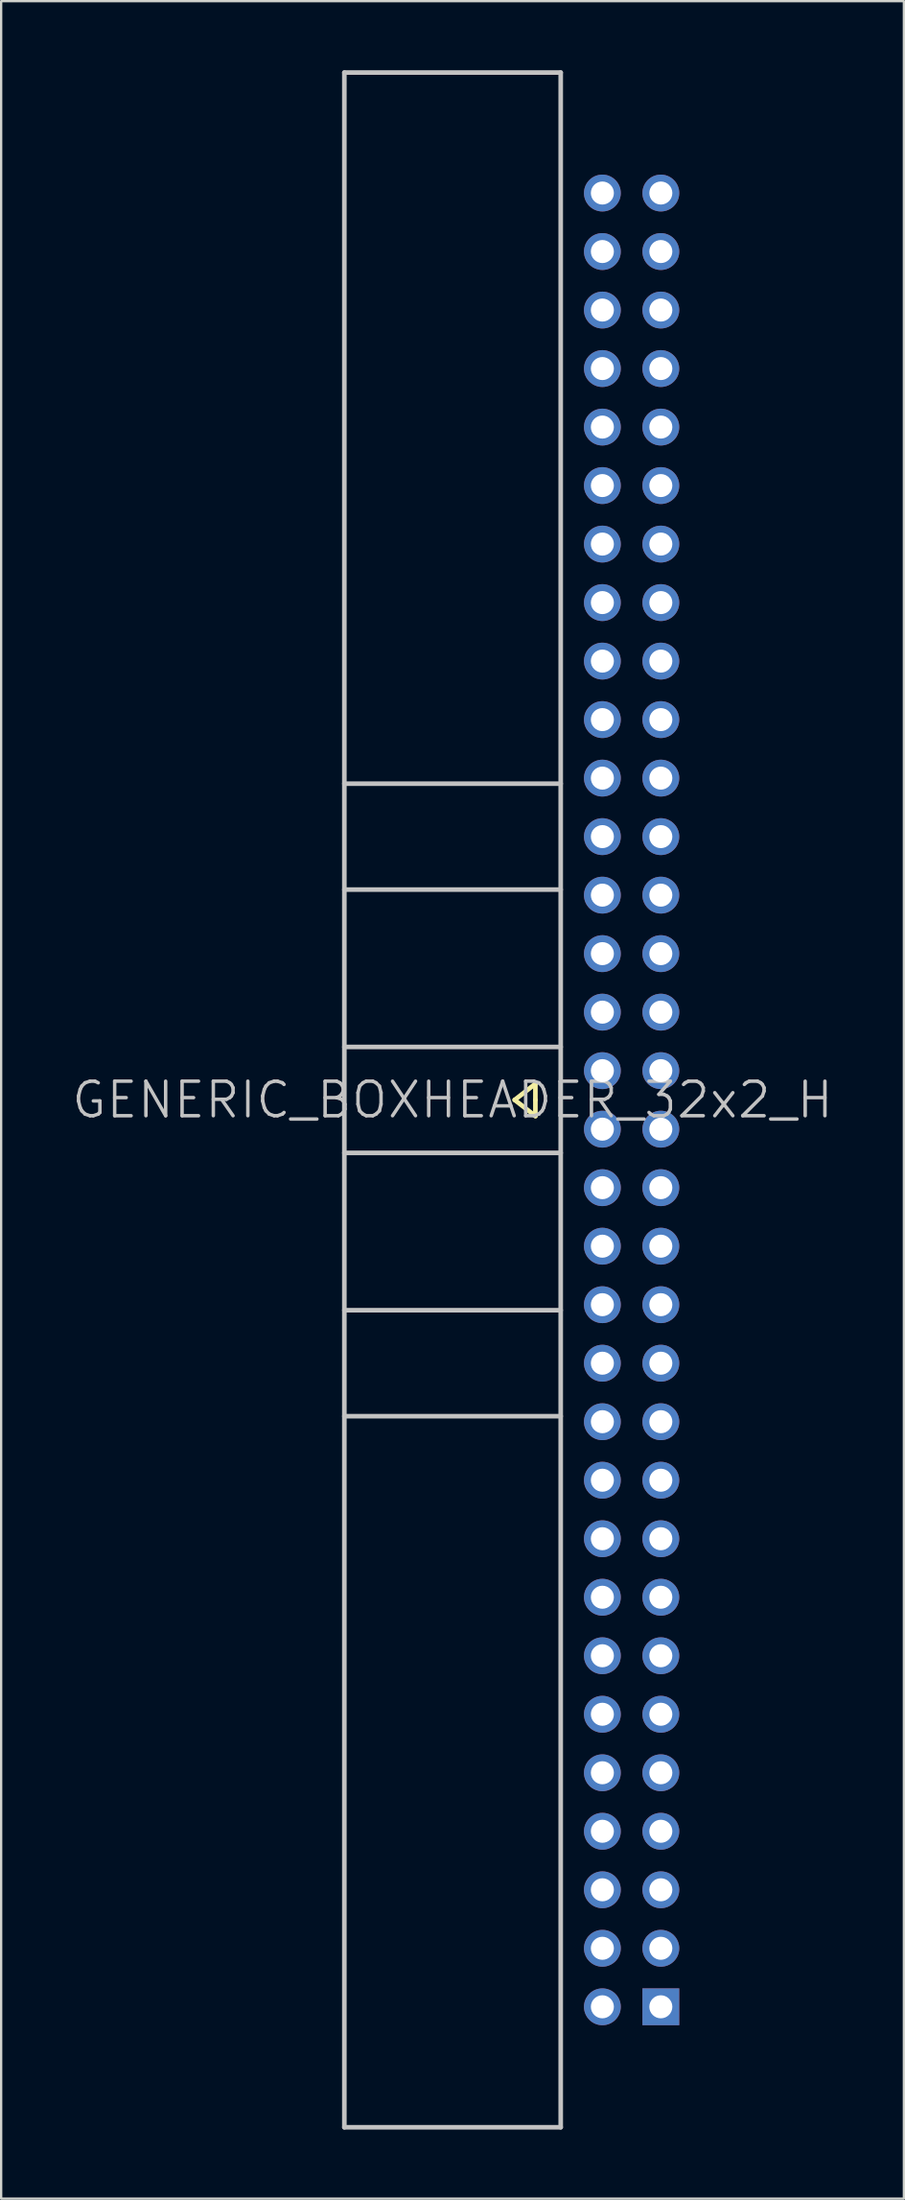
<source format=kicad_pcb>
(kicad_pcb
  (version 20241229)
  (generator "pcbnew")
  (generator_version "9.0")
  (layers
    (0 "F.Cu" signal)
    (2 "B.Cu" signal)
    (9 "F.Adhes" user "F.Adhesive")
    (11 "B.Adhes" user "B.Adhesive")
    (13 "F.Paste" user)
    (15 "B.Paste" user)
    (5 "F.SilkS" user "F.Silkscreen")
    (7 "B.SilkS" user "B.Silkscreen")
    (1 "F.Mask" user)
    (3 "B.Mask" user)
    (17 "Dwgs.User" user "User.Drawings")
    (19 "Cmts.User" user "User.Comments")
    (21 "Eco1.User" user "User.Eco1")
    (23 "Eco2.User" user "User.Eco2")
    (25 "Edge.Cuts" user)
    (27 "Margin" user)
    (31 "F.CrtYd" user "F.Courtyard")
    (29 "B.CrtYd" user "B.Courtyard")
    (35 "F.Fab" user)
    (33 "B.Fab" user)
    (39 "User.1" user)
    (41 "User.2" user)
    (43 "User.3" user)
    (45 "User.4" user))
  (footprint "GENERIC_BOXHEADER_32x2_H"
    (layer "F.Cu")
    (at 19.311 44.7)
    (property "Reference" "GENERIC_BOXHEADER_32x2_H" (at -2.7 0 0) (layer "Dwgs.User") (effects (font (size 1.5 1.5) (thickness 0.15))))
    (attr through_hole)
    (fp_line (start 0 0) (end 0.9 0.7) (stroke (width 0.2) (type solid)) (layer "F.SilkS"))
    (fp_line (start 0.9 -0.7) (end 0 0) (stroke (width 0.2) (type solid)) (layer "F.SilkS"))
    (fp_line (start 0.9 0) (end 0.9 -0.7) (stroke (width 0.2) (type solid)) (layer "F.SilkS"))
    (fp_line (start 0.9 0.7) (end 0.9 0) (stroke (width 0.2) (type solid)) (layer "F.SilkS"))
    (fp_line (start -7.4 -44.6) (end -7.4 44.6) (stroke (width 0.2) (type solid)) (layer "Dwgs.User"))
    (fp_line (start -7.4 -44.6) (end 2 -44.6) (stroke (width 0.2) (type solid)) (layer "Dwgs.User"))
    (fp_line (start -7.4 -13.73) (end 2 -13.73) (stroke (width 0.2) (type solid)) (layer "Dwgs.User"))
    (fp_line (start -7.4 -9.13) (end 2 -9.13) (stroke (width 0.2) (type solid)) (layer "Dwgs.User"))
    (fp_line (start -7.4 -2.3) (end 2 -2.3) (stroke (width 0.2) (type solid)) (layer "Dwgs.User"))
    (fp_line (start -7.4 2.3) (end 2 2.3) (stroke (width 0.2) (type solid)) (layer "Dwgs.User"))
    (fp_line (start -7.4 9.13) (end 2 9.13) (stroke (width 0.2) (type solid)) (layer "Dwgs.User"))
    (fp_line (start -7.4 13.73) (end 2 13.73) (stroke (width 0.2) (type solid)) (layer "Dwgs.User"))
    (fp_line (start -7.4 44.6) (end 2 44.6) (stroke (width 0.2) (type solid)) (layer "Dwgs.User"))
    (fp_line (start 2 44.6) (end 2 -44.6) (stroke (width 0.2) (type solid)) (layer "Dwgs.User"))
    (pad "1" thru_hole rect (at 6.35 39.37) (size 1.6 1.6) (drill 1) (layers "*.Cu" "*.Mask"))
    (pad "2" thru_hole circle (at 3.81 39.37 90) (size 1.6 1.6) (drill 1) (layers "*.Cu" "*.Mask"))
    (pad "3" thru_hole circle (at 6.35 36.83 90) (size 1.6 1.6) (drill 1) (layers "*.Cu" "*.Mask"))
    (pad "4" thru_hole circle (at 3.81 36.83 90) (size 1.6 1.6) (drill 1) (layers "*.Cu" "*.Mask"))
    (pad "5" thru_hole circle (at 6.35 34.29 90) (size 1.6 1.6) (drill 1) (layers "*.Cu" "*.Mask"))
    (pad "6" thru_hole circle (at 3.81 34.29 90) (size 1.6 1.6) (drill 1) (layers "*.Cu" "*.Mask"))
    (pad "7" thru_hole circle (at 6.35 31.75 90) (size 1.6 1.6) (drill 1) (layers "*.Cu" "*.Mask"))
    (pad "8" thru_hole circle (at 3.81 31.75 90) (size 1.6 1.6) (drill 1) (layers "*.Cu" "*.Mask"))
    (pad "9" thru_hole circle (at 6.35 29.21 90) (size 1.6 1.6) (drill 1) (layers "*.Cu" "*.Mask"))
    (pad "10" thru_hole circle (at 3.81 29.21 90) (size 1.6 1.6) (drill 1) (layers "*.Cu" "*.Mask"))
    (pad "11" thru_hole circle (at 6.35 26.67 90) (size 1.6 1.6) (drill 1) (layers "*.Cu" "*.Mask"))
    (pad "12" thru_hole circle (at 3.81 26.67 90) (size 1.6 1.6) (drill 1) (layers "*.Cu" "*.Mask"))
    (pad "13" thru_hole circle (at 6.35 24.13 90) (size 1.6 1.6) (drill 1) (layers "*.Cu" "*.Mask"))
    (pad "14" thru_hole circle (at 3.81 24.13 90) (size 1.6 1.6) (drill 1) (layers "*.Cu" "*.Mask"))
    (pad "15" thru_hole circle (at 6.35 21.59 90) (size 1.6 1.6) (drill 1) (layers "*.Cu" "*.Mask"))
    (pad "16" thru_hole circle (at 3.81 21.59 90) (size 1.6 1.6) (drill 1) (layers "*.Cu" "*.Mask"))
    (pad "17" thru_hole circle (at 6.35 19.05 90) (size 1.6 1.6) (drill 1) (layers "*.Cu" "*.Mask"))
    (pad "18" thru_hole circle (at 3.81 19.05 90) (size 1.6 1.6) (drill 1) (layers "*.Cu" "*.Mask"))
    (pad "19" thru_hole circle (at 6.35 16.51 90) (size 1.6 1.6) (drill 1) (layers "*.Cu" "*.Mask"))
    (pad "20" thru_hole circle (at 3.81 16.51 90) (size 1.6 1.6) (drill 1) (layers "*.Cu" "*.Mask"))
    (pad "21" thru_hole circle (at 6.35 13.97 90) (size 1.6 1.6) (drill 1) (layers "*.Cu" "*.Mask"))
    (pad "22" thru_hole circle (at 3.81 13.97 90) (size 1.6 1.6) (drill 1) (layers "*.Cu" "*.Mask"))
    (pad "23" thru_hole circle (at 6.35 11.43 90) (size 1.6 1.6) (drill 1) (layers "*.Cu" "*.Mask"))
    (pad "24" thru_hole circle (at 3.81 11.43 90) (size 1.6 1.6) (drill 1) (layers "*.Cu" "*.Mask"))
    (pad "25" thru_hole circle (at 6.35 8.89 90) (size 1.6 1.6) (drill 1) (layers "*.Cu" "*.Mask"))
    (pad "26" thru_hole circle (at 3.81 8.89 90) (size 1.6 1.6) (drill 1) (layers "*.Cu" "*.Mask"))
    (pad "27" thru_hole circle (at 6.35 6.35 90) (size 1.6 1.6) (drill 1) (layers "*.Cu" "*.Mask"))
    (pad "28" thru_hole circle (at 3.81 6.35 90) (size 1.6 1.6) (drill 1) (layers "*.Cu" "*.Mask"))
    (pad "29" thru_hole circle (at 6.35 3.81 90) (size 1.6 1.6) (drill 1) (layers "*.Cu" "*.Mask"))
    (pad "30" thru_hole circle (at 3.81 3.81 90) (size 1.6 1.6) (drill 1) (layers "*.Cu" "*.Mask"))
    (pad "31" thru_hole circle (at 6.35 1.27 90) (size 1.6 1.6) (drill 1) (layers "*.Cu" "*.Mask"))
    (pad "32" thru_hole circle (at 3.81 1.27 90) (size 1.6 1.6) (drill 1) (layers "*.Cu" "*.Mask"))
    (pad "33" thru_hole circle (at 6.35 -1.27 90) (size 1.6 1.6) (drill 1) (layers "*.Cu" "*.Mask"))
    (pad "34" thru_hole circle (at 3.81 -1.27 90) (size 1.6 1.6) (drill 1) (layers "*.Cu" "*.Mask"))
    (pad "35" thru_hole circle (at 6.35 -3.81 90) (size 1.6 1.6) (drill 1) (layers "*.Cu" "*.Mask"))
    (pad "36" thru_hole circle (at 3.81 -3.81 90) (size 1.6 1.6) (drill 1) (layers "*.Cu" "*.Mask"))
    (pad "37" thru_hole circle (at 6.35 -6.35 90) (size 1.6 1.6) (drill 1) (layers "*.Cu" "*.Mask"))
    (pad "38" thru_hole circle (at 3.81 -6.35 90) (size 1.6 1.6) (drill 1) (layers "*.Cu" "*.Mask"))
    (pad "39" thru_hole circle (at 6.35 -8.89 90) (size 1.6 1.6) (drill 1) (layers "*.Cu" "*.Mask"))
    (pad "40" thru_hole circle (at 3.81 -8.89 90) (size 1.6 1.6) (drill 1) (layers "*.Cu" "*.Mask"))
    (pad "41" thru_hole circle (at 6.35 -11.43 90) (size 1.6 1.6) (drill 1) (layers "*.Cu" "*.Mask"))
    (pad "42" thru_hole circle (at 3.81 -11.43 90) (size 1.6 1.6) (drill 1) (layers "*.Cu" "*.Mask"))
    (pad "43" thru_hole circle (at 6.35 -13.97 90) (size 1.6 1.6) (drill 1) (layers "*.Cu" "*.Mask"))
    (pad "44" thru_hole circle (at 3.81 -13.97 90) (size 1.6 1.6) (drill 1) (layers "*.Cu" "*.Mask"))
    (pad "45" thru_hole circle (at 6.35 -16.51 90) (size 1.6 1.6) (drill 1) (layers "*.Cu" "*.Mask"))
    (pad "46" thru_hole circle (at 3.81 -16.51 90) (size 1.6 1.6) (drill 1) (layers "*.Cu" "*.Mask"))
    (pad "47" thru_hole circle (at 6.35 -19.05 90) (size 1.6 1.6) (drill 1) (layers "*.Cu" "*.Mask"))
    (pad "48" thru_hole circle (at 3.81 -19.05 90) (size 1.6 1.6) (drill 1) (layers "*.Cu" "*.Mask"))
    (pad "49" thru_hole circle (at 6.35 -21.59 90) (size 1.6 1.6) (drill 1) (layers "*.Cu" "*.Mask"))
    (pad "50" thru_hole circle (at 3.81 -21.59 90) (size 1.6 1.6) (drill 1) (layers "*.Cu" "*.Mask"))
    (pad "51" thru_hole circle (at 6.35 -24.13 90) (size 1.6 1.6) (drill 1) (layers "*.Cu" "*.Mask"))
    (pad "52" thru_hole circle (at 3.81 -24.13 90) (size 1.6 1.6) (drill 1) (layers "*.Cu" "*.Mask"))
    (pad "53" thru_hole circle (at 6.35 -26.67 90) (size 1.6 1.6) (drill 1) (layers "*.Cu" "*.Mask"))
    (pad "54" thru_hole circle (at 3.81 -26.67 90) (size 1.6 1.6) (drill 1) (layers "*.Cu" "*.Mask"))
    (pad "55" thru_hole circle (at 6.35 -29.21 90) (size 1.6 1.6) (drill 1) (layers "*.Cu" "*.Mask"))
    (pad "56" thru_hole circle (at 3.81 -29.21 90) (size 1.6 1.6) (drill 1) (layers "*.Cu" "*.Mask"))
    (pad "57" thru_hole circle (at 6.35 -31.75 90) (size 1.6 1.6) (drill 1) (layers "*.Cu" "*.Mask"))
    (pad "58" thru_hole circle (at 3.81 -31.75 90) (size 1.6 1.6) (drill 1) (layers "*.Cu" "*.Mask"))
    (pad "59" thru_hole circle (at 6.35 -34.29 90) (size 1.6 1.6) (drill 1) (layers "*.Cu" "*.Mask"))
    (pad "60" thru_hole circle (at 3.81 -34.29 90) (size 1.6 1.6) (drill 1) (layers "*.Cu" "*.Mask"))
    (pad "61" thru_hole circle (at 6.35 -36.83 90) (size 1.6 1.6) (drill 1) (layers "*.Cu" "*.Mask"))
    (pad "62" thru_hole circle (at 3.81 -36.83 90) (size 1.6 1.6) (drill 1) (layers "*.Cu" "*.Mask"))
    (pad "63" thru_hole circle (at 6.35 -39.37 90) (size 1.6 1.6) (drill 1) (layers "*.Cu" "*.Mask"))
    (pad "64" thru_hole circle (at 3.81 -39.37 90) (size 1.6 1.6) (drill 1) (layers "*.Cu" "*.Mask")))
  (gr_rect
    (start -3 -3)
    (end 36.221 92.4)
    (stroke (width 0.1) (type default))
    (fill no)
    (layer "Edge.Cuts")))
</source>
